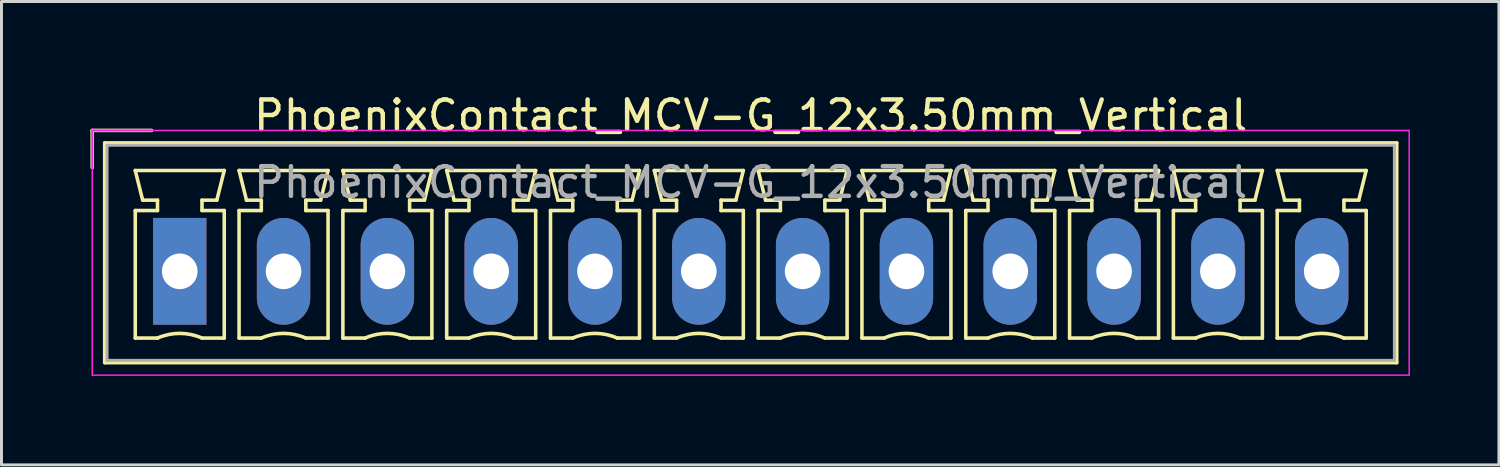
<source format=kicad_pcb>
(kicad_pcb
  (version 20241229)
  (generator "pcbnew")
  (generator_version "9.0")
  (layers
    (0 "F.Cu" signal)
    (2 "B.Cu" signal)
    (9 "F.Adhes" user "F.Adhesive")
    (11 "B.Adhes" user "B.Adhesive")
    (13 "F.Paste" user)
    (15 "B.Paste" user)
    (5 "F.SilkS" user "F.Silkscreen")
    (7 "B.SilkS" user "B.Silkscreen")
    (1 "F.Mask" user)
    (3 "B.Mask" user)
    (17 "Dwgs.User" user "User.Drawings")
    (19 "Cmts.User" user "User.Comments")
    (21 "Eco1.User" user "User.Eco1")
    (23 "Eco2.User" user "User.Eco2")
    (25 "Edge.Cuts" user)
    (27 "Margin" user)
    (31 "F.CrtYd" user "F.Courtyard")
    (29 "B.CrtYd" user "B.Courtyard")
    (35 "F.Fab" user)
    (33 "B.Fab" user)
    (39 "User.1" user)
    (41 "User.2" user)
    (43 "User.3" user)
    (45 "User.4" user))
  (footprint "PhoenixContact_MCV-G_12x3.50mm_Vertical"
    (layer "F.Cu")
    (at 3.01 6.098)
    (property "Reference" "PhoenixContact_MCV-G_12x3.50mm_Vertical" (at 19.25 -5.25 0) (layer "F.SilkS") (effects (font (size 1 1) (thickness 0.15))))
    (attr through_hole)
    (fp_line (start -2.95 -4.75) (end -0.95 -4.75) (stroke (width 0.12) (type solid)) (layer "F.SilkS"))
    (fp_line (start -2.95 -3.5) (end -2.95 -4.75) (stroke (width 0.12) (type solid)) (layer "F.SilkS"))
    (fp_line (start -2.53 -4.33) (end -2.53 3.08) (stroke (width 0.12) (type solid)) (layer "F.SilkS"))
    (fp_line (start -2.53 3.08) (end 41.03 3.08) (stroke (width 0.12) (type solid)) (layer "F.SilkS"))
    (fp_line (start -1.5 -3.4) (end 1.5 -3.4) (stroke (width 0.12) (type solid)) (layer "F.SilkS"))
    (fp_line (start -1.5 -2.05) (end -0.75 -2.05) (stroke (width 0.12) (type solid)) (layer "F.SilkS"))
    (fp_line (start -1.5 2.25) (end -1.5 -2.05) (stroke (width 0.12) (type solid)) (layer "F.SilkS"))
    (fp_line (start -1.25 -2.4) (end -1.5 -3.4) (stroke (width 0.12) (type solid)) (layer "F.SilkS"))
    (fp_line (start -0.75 -2.4) (end -1.25 -2.4) (stroke (width 0.12) (type solid)) (layer "F.SilkS"))
    (fp_line (start -0.75 -2.05) (end -0.75 -2.4) (stroke (width 0.12) (type solid)) (layer "F.SilkS"))
    (fp_line (start -0.75 2.25) (end -1.5 2.25) (stroke (width 0.12) (type solid)) (layer "F.SilkS"))
    (fp_line (start 0.75 -2.4) (end 0.75 -2.05) (stroke (width 0.12) (type solid)) (layer "F.SilkS"))
    (fp_line (start 0.75 -2.05) (end 1.5 -2.05) (stroke (width 0.12) (type solid)) (layer "F.SilkS"))
    (fp_line (start 1.25 -2.4) (end 0.75 -2.4) (stroke (width 0.12) (type solid)) (layer "F.SilkS"))
    (fp_line (start 1.5 -3.4) (end 1.25 -2.4) (stroke (width 0.12) (type solid)) (layer "F.SilkS"))
    (fp_line (start 1.5 -2.05) (end 1.5 2.25) (stroke (width 0.12) (type solid)) (layer "F.SilkS"))
    (fp_line (start 1.5 2.25) (end 0.75 2.25) (stroke (width 0.12) (type solid)) (layer "F.SilkS"))
    (fp_line (start 2 -3.4) (end 5 -3.4) (stroke (width 0.12) (type solid)) (layer "F.SilkS"))
    (fp_line (start 2 -2.05) (end 2.75 -2.05) (stroke (width 0.12) (type solid)) (layer "F.SilkS"))
    (fp_line (start 2 2.25) (end 2 -2.05) (stroke (width 0.12) (type solid)) (layer "F.SilkS"))
    (fp_line (start 2.25 -2.4) (end 2 -3.4) (stroke (width 0.12) (type solid)) (layer "F.SilkS"))
    (fp_line (start 2.75 -2.4) (end 2.25 -2.4) (stroke (width 0.12) (type solid)) (layer "F.SilkS"))
    (fp_line (start 2.75 -2.05) (end 2.75 -2.4) (stroke (width 0.12) (type solid)) (layer "F.SilkS"))
    (fp_line (start 2.75 2.25) (end 2 2.25) (stroke (width 0.12) (type solid)) (layer "F.SilkS"))
    (fp_line (start 4.25 -2.4) (end 4.25 -2.05) (stroke (width 0.12) (type solid)) (layer "F.SilkS"))
    (fp_line (start 4.25 -2.05) (end 5 -2.05) (stroke (width 0.12) (type solid)) (layer "F.SilkS"))
    (fp_line (start 4.75 -2.4) (end 4.25 -2.4) (stroke (width 0.12) (type solid)) (layer "F.SilkS"))
    (fp_line (start 5 -3.4) (end 4.75 -2.4) (stroke (width 0.12) (type solid)) (layer "F.SilkS"))
    (fp_line (start 5 -2.05) (end 5 2.25) (stroke (width 0.12) (type solid)) (layer "F.SilkS"))
    (fp_line (start 5 2.25) (end 4.25 2.25) (stroke (width 0.12) (type solid)) (layer "F.SilkS"))
    (fp_line (start 5.5 -3.4) (end 8.5 -3.4) (stroke (width 0.12) (type solid)) (layer "F.SilkS"))
    (fp_line (start 5.5 -2.05) (end 6.25 -2.05) (stroke (width 0.12) (type solid)) (layer "F.SilkS"))
    (fp_line (start 5.5 2.25) (end 5.5 -2.05) (stroke (width 0.12) (type solid)) (layer "F.SilkS"))
    (fp_line (start 5.75 -2.4) (end 5.5 -3.4) (stroke (width 0.12) (type solid)) (layer "F.SilkS"))
    (fp_line (start 6.25 -2.4) (end 5.75 -2.4) (stroke (width 0.12) (type solid)) (layer "F.SilkS"))
    (fp_line (start 6.25 -2.05) (end 6.25 -2.4) (stroke (width 0.12) (type solid)) (layer "F.SilkS"))
    (fp_line (start 6.25 2.25) (end 5.5 2.25) (stroke (width 0.12) (type solid)) (layer "F.SilkS"))
    (fp_line (start 7.75 -2.4) (end 7.75 -2.05) (stroke (width 0.12) (type solid)) (layer "F.SilkS"))
    (fp_line (start 7.75 -2.05) (end 8.5 -2.05) (stroke (width 0.12) (type solid)) (layer "F.SilkS"))
    (fp_line (start 8.25 -2.4) (end 7.75 -2.4) (stroke (width 0.12) (type solid)) (layer "F.SilkS"))
    (fp_line (start 8.5 -3.4) (end 8.25 -2.4) (stroke (width 0.12) (type solid)) (layer "F.SilkS"))
    (fp_line (start 8.5 -2.05) (end 8.5 2.25) (stroke (width 0.12) (type solid)) (layer "F.SilkS"))
    (fp_line (start 8.5 2.25) (end 7.75 2.25) (stroke (width 0.12) (type solid)) (layer "F.SilkS"))
    (fp_line (start 9 -3.4) (end 12 -3.4) (stroke (width 0.12) (type solid)) (layer "F.SilkS"))
    (fp_line (start 9 -2.05) (end 9.75 -2.05) (stroke (width 0.12) (type solid)) (layer "F.SilkS"))
    (fp_line (start 9 2.25) (end 9 -2.05) (stroke (width 0.12) (type solid)) (layer "F.SilkS"))
    (fp_line (start 9.25 -2.4) (end 9 -3.4) (stroke (width 0.12) (type solid)) (layer "F.SilkS"))
    (fp_line (start 9.75 -2.4) (end 9.25 -2.4) (stroke (width 0.12) (type solid)) (layer "F.SilkS"))
    (fp_line (start 9.75 -2.05) (end 9.75 -2.4) (stroke (width 0.12) (type solid)) (layer "F.SilkS"))
    (fp_line (start 9.75 2.25) (end 9 2.25) (stroke (width 0.12) (type solid)) (layer "F.SilkS"))
    (fp_line (start 11.25 -2.4) (end 11.25 -2.05) (stroke (width 0.12) (type solid)) (layer "F.SilkS"))
    (fp_line (start 11.25 -2.05) (end 12 -2.05) (stroke (width 0.12) (type solid)) (layer "F.SilkS"))
    (fp_line (start 11.75 -2.4) (end 11.25 -2.4) (stroke (width 0.12) (type solid)) (layer "F.SilkS"))
    (fp_line (start 12 -3.4) (end 11.75 -2.4) (stroke (width 0.12) (type solid)) (layer "F.SilkS"))
    (fp_line (start 12 -2.05) (end 12 2.25) (stroke (width 0.12) (type solid)) (layer "F.SilkS"))
    (fp_line (start 12 2.25) (end 11.25 2.25) (stroke (width 0.12) (type solid)) (layer "F.SilkS"))
    (fp_line (start 12.5 -3.4) (end 15.5 -3.4) (stroke (width 0.12) (type solid)) (layer "F.SilkS"))
    (fp_line (start 12.5 -2.05) (end 13.25 -2.05) (stroke (width 0.12) (type solid)) (layer "F.SilkS"))
    (fp_line (start 12.5 2.25) (end 12.5 -2.05) (stroke (width 0.12) (type solid)) (layer "F.SilkS"))
    (fp_line (start 12.75 -2.4) (end 12.5 -3.4) (stroke (width 0.12) (type solid)) (layer "F.SilkS"))
    (fp_line (start 13.25 -2.4) (end 12.75 -2.4) (stroke (width 0.12) (type solid)) (layer "F.SilkS"))
    (fp_line (start 13.25 -2.05) (end 13.25 -2.4) (stroke (width 0.12) (type solid)) (layer "F.SilkS"))
    (fp_line (start 13.25 2.25) (end 12.5 2.25) (stroke (width 0.12) (type solid)) (layer "F.SilkS"))
    (fp_line (start 14.75 -2.4) (end 14.75 -2.05) (stroke (width 0.12) (type solid)) (layer "F.SilkS"))
    (fp_line (start 14.75 -2.05) (end 15.5 -2.05) (stroke (width 0.12) (type solid)) (layer "F.SilkS"))
    (fp_line (start 15.25 -2.4) (end 14.75 -2.4) (stroke (width 0.12) (type solid)) (layer "F.SilkS"))
    (fp_line (start 15.5 -3.4) (end 15.25 -2.4) (stroke (width 0.12) (type solid)) (layer "F.SilkS"))
    (fp_line (start 15.5 -2.05) (end 15.5 2.25) (stroke (width 0.12) (type solid)) (layer "F.SilkS"))
    (fp_line (start 15.5 2.25) (end 14.75 2.25) (stroke (width 0.12) (type solid)) (layer "F.SilkS"))
    (fp_line (start 16 -3.4) (end 19 -3.4) (stroke (width 0.12) (type solid)) (layer "F.SilkS"))
    (fp_line (start 16 -2.05) (end 16.75 -2.05) (stroke (width 0.12) (type solid)) (layer "F.SilkS"))
    (fp_line (start 16 2.25) (end 16 -2.05) (stroke (width 0.12) (type solid)) (layer "F.SilkS"))
    (fp_line (start 16.25 -2.4) (end 16 -3.4) (stroke (width 0.12) (type solid)) (layer "F.SilkS"))
    (fp_line (start 16.75 -2.4) (end 16.25 -2.4) (stroke (width 0.12) (type solid)) (layer "F.SilkS"))
    (fp_line (start 16.75 -2.05) (end 16.75 -2.4) (stroke (width 0.12) (type solid)) (layer "F.SilkS"))
    (fp_line (start 16.75 2.25) (end 16 2.25) (stroke (width 0.12) (type solid)) (layer "F.SilkS"))
    (fp_line (start 18.25 -2.4) (end 18.25 -2.05) (stroke (width 0.12) (type solid)) (layer "F.SilkS"))
    (fp_line (start 18.25 -2.05) (end 19 -2.05) (stroke (width 0.12) (type solid)) (layer "F.SilkS"))
    (fp_line (start 18.75 -2.4) (end 18.25 -2.4) (stroke (width 0.12) (type solid)) (layer "F.SilkS"))
    (fp_line (start 19 -3.4) (end 18.75 -2.4) (stroke (width 0.12) (type solid)) (layer "F.SilkS"))
    (fp_line (start 19 -2.05) (end 19 2.25) (stroke (width 0.12) (type solid)) (layer "F.SilkS"))
    (fp_line (start 19 2.25) (end 18.25 2.25) (stroke (width 0.12) (type solid)) (layer "F.SilkS"))
    (fp_line (start 19.5 -3.4) (end 22.5 -3.4) (stroke (width 0.12) (type solid)) (layer "F.SilkS"))
    (fp_line (start 19.5 -2.05) (end 20.25 -2.05) (stroke (width 0.12) (type solid)) (layer "F.SilkS"))
    (fp_line (start 19.5 2.25) (end 19.5 -2.05) (stroke (width 0.12) (type solid)) (layer "F.SilkS"))
    (fp_line (start 19.75 -2.4) (end 19.5 -3.4) (stroke (width 0.12) (type solid)) (layer "F.SilkS"))
    (fp_line (start 20.25 -2.4) (end 19.75 -2.4) (stroke (width 0.12) (type solid)) (layer "F.SilkS"))
    (fp_line (start 20.25 -2.05) (end 20.25 -2.4) (stroke (width 0.12) (type solid)) (layer "F.SilkS"))
    (fp_line (start 20.25 2.25) (end 19.5 2.25) (stroke (width 0.12) (type solid)) (layer "F.SilkS"))
    (fp_line (start 21.75 -2.4) (end 21.75 -2.05) (stroke (width 0.12) (type solid)) (layer "F.SilkS"))
    (fp_line (start 21.75 -2.05) (end 22.5 -2.05) (stroke (width 0.12) (type solid)) (layer "F.SilkS"))
    (fp_line (start 22.25 -2.4) (end 21.75 -2.4) (stroke (width 0.12) (type solid)) (layer "F.SilkS"))
    (fp_line (start 22.5 -3.4) (end 22.25 -2.4) (stroke (width 0.12) (type solid)) (layer "F.SilkS"))
    (fp_line (start 22.5 -2.05) (end 22.5 2.25) (stroke (width 0.12) (type solid)) (layer "F.SilkS"))
    (fp_line (start 22.5 2.25) (end 21.75 2.25) (stroke (width 0.12) (type solid)) (layer "F.SilkS"))
    (fp_line (start 23 -3.4) (end 26 -3.4) (stroke (width 0.12) (type solid)) (layer "F.SilkS"))
    (fp_line (start 23 -2.05) (end 23.75 -2.05) (stroke (width 0.12) (type solid)) (layer "F.SilkS"))
    (fp_line (start 23 2.25) (end 23 -2.05) (stroke (width 0.12) (type solid)) (layer "F.SilkS"))
    (fp_line (start 23.25 -2.4) (end 23 -3.4) (stroke (width 0.12) (type solid)) (layer "F.SilkS"))
    (fp_line (start 23.75 -2.4) (end 23.25 -2.4) (stroke (width 0.12) (type solid)) (layer "F.SilkS"))
    (fp_line (start 23.75 -2.05) (end 23.75 -2.4) (stroke (width 0.12) (type solid)) (layer "F.SilkS"))
    (fp_line (start 23.75 2.25) (end 23 2.25) (stroke (width 0.12) (type solid)) (layer "F.SilkS"))
    (fp_line (start 25.25 -2.4) (end 25.25 -2.05) (stroke (width 0.12) (type solid)) (layer "F.SilkS"))
    (fp_line (start 25.25 -2.05) (end 26 -2.05) (stroke (width 0.12) (type solid)) (layer "F.SilkS"))
    (fp_line (start 25.75 -2.4) (end 25.25 -2.4) (stroke (width 0.12) (type solid)) (layer "F.SilkS"))
    (fp_line (start 26 -3.4) (end 25.75 -2.4) (stroke (width 0.12) (type solid)) (layer "F.SilkS"))
    (fp_line (start 26 -2.05) (end 26 2.25) (stroke (width 0.12) (type solid)) (layer "F.SilkS"))
    (fp_line (start 26 2.25) (end 25.25 2.25) (stroke (width 0.12) (type solid)) (layer "F.SilkS"))
    (fp_line (start 26.5 -3.4) (end 29.5 -3.4) (stroke (width 0.12) (type solid)) (layer "F.SilkS"))
    (fp_line (start 26.5 -2.05) (end 27.25 -2.05) (stroke (width 0.12) (type solid)) (layer "F.SilkS"))
    (fp_line (start 26.5 2.25) (end 26.5 -2.05) (stroke (width 0.12) (type solid)) (layer "F.SilkS"))
    (fp_line (start 26.75 -2.4) (end 26.5 -3.4) (stroke (width 0.12) (type solid)) (layer "F.SilkS"))
    (fp_line (start 27.25 -2.4) (end 26.75 -2.4) (stroke (width 0.12) (type solid)) (layer "F.SilkS"))
    (fp_line (start 27.25 -2.05) (end 27.25 -2.4) (stroke (width 0.12) (type solid)) (layer "F.SilkS"))
    (fp_line (start 27.25 2.25) (end 26.5 2.25) (stroke (width 0.12) (type solid)) (layer "F.SilkS"))
    (fp_line (start 28.75 -2.4) (end 28.75 -2.05) (stroke (width 0.12) (type solid)) (layer "F.SilkS"))
    (fp_line (start 28.75 -2.05) (end 29.5 -2.05) (stroke (width 0.12) (type solid)) (layer "F.SilkS"))
    (fp_line (start 29.25 -2.4) (end 28.75 -2.4) (stroke (width 0.12) (type solid)) (layer "F.SilkS"))
    (fp_line (start 29.5 -3.4) (end 29.25 -2.4) (stroke (width 0.12) (type solid)) (layer "F.SilkS"))
    (fp_line (start 29.5 -2.05) (end 29.5 2.25) (stroke (width 0.12) (type solid)) (layer "F.SilkS"))
    (fp_line (start 29.5 2.25) (end 28.75 2.25) (stroke (width 0.12) (type solid)) (layer "F.SilkS"))
    (fp_line (start 30 -3.4) (end 33 -3.4) (stroke (width 0.12) (type solid)) (layer "F.SilkS"))
    (fp_line (start 30 -2.05) (end 30.75 -2.05) (stroke (width 0.12) (type solid)) (layer "F.SilkS"))
    (fp_line (start 30 2.25) (end 30 -2.05) (stroke (width 0.12) (type solid)) (layer "F.SilkS"))
    (fp_line (start 30.25 -2.4) (end 30 -3.4) (stroke (width 0.12) (type solid)) (layer "F.SilkS"))
    (fp_line (start 30.75 -2.4) (end 30.25 -2.4) (stroke (width 0.12) (type solid)) (layer "F.SilkS"))
    (fp_line (start 30.75 -2.05) (end 30.75 -2.4) (stroke (width 0.12) (type solid)) (layer "F.SilkS"))
    (fp_line (start 30.75 2.25) (end 30 2.25) (stroke (width 0.12) (type solid)) (layer "F.SilkS"))
    (fp_line (start 32.25 -2.4) (end 32.25 -2.05) (stroke (width 0.12) (type solid)) (layer "F.SilkS"))
    (fp_line (start 32.25 -2.05) (end 33 -2.05) (stroke (width 0.12) (type solid)) (layer "F.SilkS"))
    (fp_line (start 32.75 -2.4) (end 32.25 -2.4) (stroke (width 0.12) (type solid)) (layer "F.SilkS"))
    (fp_line (start 33 -3.4) (end 32.75 -2.4) (stroke (width 0.12) (type solid)) (layer "F.SilkS"))
    (fp_line (start 33 -2.05) (end 33 2.25) (stroke (width 0.12) (type solid)) (layer "F.SilkS"))
    (fp_line (start 33 2.25) (end 32.25 2.25) (stroke (width 0.12) (type solid)) (layer "F.SilkS"))
    (fp_line (start 33.5 -3.4) (end 36.5 -3.4) (stroke (width 0.12) (type solid)) (layer "F.SilkS"))
    (fp_line (start 33.5 -2.05) (end 34.25 -2.05) (stroke (width 0.12) (type solid)) (layer "F.SilkS"))
    (fp_line (start 33.5 2.25) (end 33.5 -2.05) (stroke (width 0.12) (type solid)) (layer "F.SilkS"))
    (fp_line (start 33.75 -2.4) (end 33.5 -3.4) (stroke (width 0.12) (type solid)) (layer "F.SilkS"))
    (fp_line (start 34.25 -2.4) (end 33.75 -2.4) (stroke (width 0.12) (type solid)) (layer "F.SilkS"))
    (fp_line (start 34.25 -2.05) (end 34.25 -2.4) (stroke (width 0.12) (type solid)) (layer "F.SilkS"))
    (fp_line (start 34.25 2.25) (end 33.5 2.25) (stroke (width 0.12) (type solid)) (layer "F.SilkS"))
    (fp_line (start 35.75 -2.4) (end 35.75 -2.05) (stroke (width 0.12) (type solid)) (layer "F.SilkS"))
    (fp_line (start 35.75 -2.05) (end 36.5 -2.05) (stroke (width 0.12) (type solid)) (layer "F.SilkS"))
    (fp_line (start 36.25 -2.4) (end 35.75 -2.4) (stroke (width 0.12) (type solid)) (layer "F.SilkS"))
    (fp_line (start 36.5 -3.4) (end 36.25 -2.4) (stroke (width 0.12) (type solid)) (layer "F.SilkS"))
    (fp_line (start 36.5 -2.05) (end 36.5 2.25) (stroke (width 0.12) (type solid)) (layer "F.SilkS"))
    (fp_line (start 36.5 2.25) (end 35.75 2.25) (stroke (width 0.12) (type solid)) (layer "F.SilkS"))
    (fp_line (start 37 -3.4) (end 40 -3.4) (stroke (width 0.12) (type solid)) (layer "F.SilkS"))
    (fp_line (start 37 -2.05) (end 37.75 -2.05) (stroke (width 0.12) (type solid)) (layer "F.SilkS"))
    (fp_line (start 37 2.25) (end 37 -2.05) (stroke (width 0.12) (type solid)) (layer "F.SilkS"))
    (fp_line (start 37.25 -2.4) (end 37 -3.4) (stroke (width 0.12) (type solid)) (layer "F.SilkS"))
    (fp_line (start 37.75 -2.4) (end 37.25 -2.4) (stroke (width 0.12) (type solid)) (layer "F.SilkS"))
    (fp_line (start 37.75 -2.05) (end 37.75 -2.4) (stroke (width 0.12) (type solid)) (layer "F.SilkS"))
    (fp_line (start 37.75 2.25) (end 37 2.25) (stroke (width 0.12) (type solid)) (layer "F.SilkS"))
    (fp_line (start 39.25 -2.4) (end 39.25 -2.05) (stroke (width 0.12) (type solid)) (layer "F.SilkS"))
    (fp_line (start 39.25 -2.05) (end 40 -2.05) (stroke (width 0.12) (type solid)) (layer "F.SilkS"))
    (fp_line (start 39.75 -2.4) (end 39.25 -2.4) (stroke (width 0.12) (type solid)) (layer "F.SilkS"))
    (fp_line (start 40 -3.4) (end 39.75 -2.4) (stroke (width 0.12) (type solid)) (layer "F.SilkS"))
    (fp_line (start 40 -2.05) (end 40 2.25) (stroke (width 0.12) (type solid)) (layer "F.SilkS"))
    (fp_line (start 40 2.25) (end 39.25 2.25) (stroke (width 0.12) (type solid)) (layer "F.SilkS"))
    (fp_line (start 41.03 -4.33) (end -2.53 -4.33) (stroke (width 0.12) (type solid)) (layer "F.SilkS"))
    (fp_line (start 41.03 3.08) (end 41.03 -4.33) (stroke (width 0.12) (type solid)) (layer "F.SilkS"))
    (fp_arc (start -0.75 2.25) (mid -0.000193 2.09191) (end 0.749647 2.249844) (stroke (width 0.12) (type solid)) (layer "F.SilkS"))
    (fp_arc (start 2.75 2.25) (mid 3.499807 2.09191) (end 4.249647 2.249844) (stroke (width 0.12) (type solid)) (layer "F.SilkS"))
    (fp_arc (start 6.25 2.25) (mid 6.999807 2.09191) (end 7.749647 2.249844) (stroke (width 0.12) (type solid)) (layer "F.SilkS"))
    (fp_arc (start 9.75 2.25) (mid 10.499807 2.09191) (end 11.249647 2.249844) (stroke (width 0.12) (type solid)) (layer "F.SilkS"))
    (fp_arc (start 13.25 2.25) (mid 13.999807 2.09191) (end 14.749647 2.249844) (stroke (width 0.12) (type solid)) (layer "F.SilkS"))
    (fp_arc (start 16.75 2.25) (mid 17.499807 2.09191) (end 18.249647 2.249844) (stroke (width 0.12) (type solid)) (layer "F.SilkS"))
    (fp_arc (start 20.25 2.25) (mid 20.999807 2.09191) (end 21.749647 2.249844) (stroke (width 0.12) (type solid)) (layer "F.SilkS"))
    (fp_arc (start 23.75 2.25) (mid 24.499807 2.09191) (end 25.249647 2.249844) (stroke (width 0.12) (type solid)) (layer "F.SilkS"))
    (fp_arc (start 27.25 2.25) (mid 27.999807 2.09191) (end 28.749647 2.249844) (stroke (width 0.12) (type solid)) (layer "F.SilkS"))
    (fp_arc (start 30.75 2.25) (mid 31.499807 2.09191) (end 32.249647 2.249844) (stroke (width 0.12) (type solid)) (layer "F.SilkS"))
    (fp_arc (start 34.25 2.25) (mid 34.999807 2.09191) (end 35.749647 2.249844) (stroke (width 0.12) (type solid)) (layer "F.SilkS"))
    (fp_arc (start 37.75 2.25) (mid 38.499807 2.09191) (end 39.249647 2.249844) (stroke (width 0.12) (type solid)) (layer "F.SilkS"))
    (fp_line (start -2.95 -4.75) (end -2.95 3.5) (stroke (width 0.05) (type solid)) (layer "F.CrtYd"))
    (fp_line (start -2.95 3.5) (end 41.45 3.5) (stroke (width 0.05) (type solid)) (layer "F.CrtYd"))
    (fp_line (start 41.45 -4.75) (end -2.95 -4.75) (stroke (width 0.05) (type solid)) (layer "F.CrtYd"))
    (fp_line (start 41.45 3.5) (end 41.45 -4.75) (stroke (width 0.05) (type solid)) (layer "F.CrtYd"))
    (fp_line (start -2.95 -4.75) (end -0.95 -4.75) (stroke (width 0.1) (type solid)) (layer "F.Fab"))
    (fp_line (start -2.95 -3.5) (end -2.95 -4.75) (stroke (width 0.1) (type solid)) (layer "F.Fab"))
    (fp_line (start -2.45 -4.25) (end -2.45 3) (stroke (width 0.1) (type solid)) (layer "F.Fab"))
    (fp_line (start -2.45 3) (end 40.95 3) (stroke (width 0.1) (type solid)) (layer "F.Fab"))
    (fp_line (start 40.95 -4.25) (end -2.45 -4.25) (stroke (width 0.1) (type solid)) (layer "F.Fab"))
    (fp_line (start 40.95 3) (end 40.95 -4.25) (stroke (width 0.1) (type solid)) (layer "F.Fab"))
    (fp_text user "${REFERENCE}" (at 19.25 -3 0) (layer "F.Fab") (effects (font (size 1 1) (thickness 0.15))))
    (pad "1" thru_hole rect (at 0 0) (size 1.8 3.6) (drill 1.2) (layers "*.Cu" "*.Mask"))
    (pad "2" thru_hole oval (at 3.5 0) (size 1.8 3.6) (drill 1.2) (layers "*.Cu" "*.Mask"))
    (pad "3" thru_hole oval (at 7 0) (size 1.8 3.6) (drill 1.2) (layers "*.Cu" "*.Mask"))
    (pad "4" thru_hole oval (at 10.5 0) (size 1.8 3.6) (drill 1.2) (layers "*.Cu" "*.Mask"))
    (pad "5" thru_hole oval (at 14 0) (size 1.8 3.6) (drill 1.2) (layers "*.Cu" "*.Mask"))
    (pad "6" thru_hole oval (at 17.5 0) (size 1.8 3.6) (drill 1.2) (layers "*.Cu" "*.Mask"))
    (pad "7" thru_hole oval (at 21 0) (size 1.8 3.6) (drill 1.2) (layers "*.Cu" "*.Mask"))
    (pad "8" thru_hole oval (at 24.5 0) (size 1.8 3.6) (drill 1.2) (layers "*.Cu" "*.Mask"))
    (pad "9" thru_hole oval (at 28 0) (size 1.8 3.6) (drill 1.2) (layers "*.Cu" "*.Mask"))
    (pad "10" thru_hole oval (at 31.5 0) (size 1.8 3.6) (drill 1.2) (layers "*.Cu" "*.Mask"))
    (pad "11" thru_hole oval (at 35 0) (size 1.8 3.6) (drill 1.2) (layers "*.Cu" "*.Mask"))
    (pad "12" thru_hole oval (at 38.5 0) (size 1.8 3.6) (drill 1.2) (layers "*.Cu" "*.Mask")))
  (gr_rect
    (start -3 -3)
    (end 47.485 12.623)
    (stroke (width 0.1) (type default))
    (fill no)
    (layer "Edge.Cuts")))
</source>
